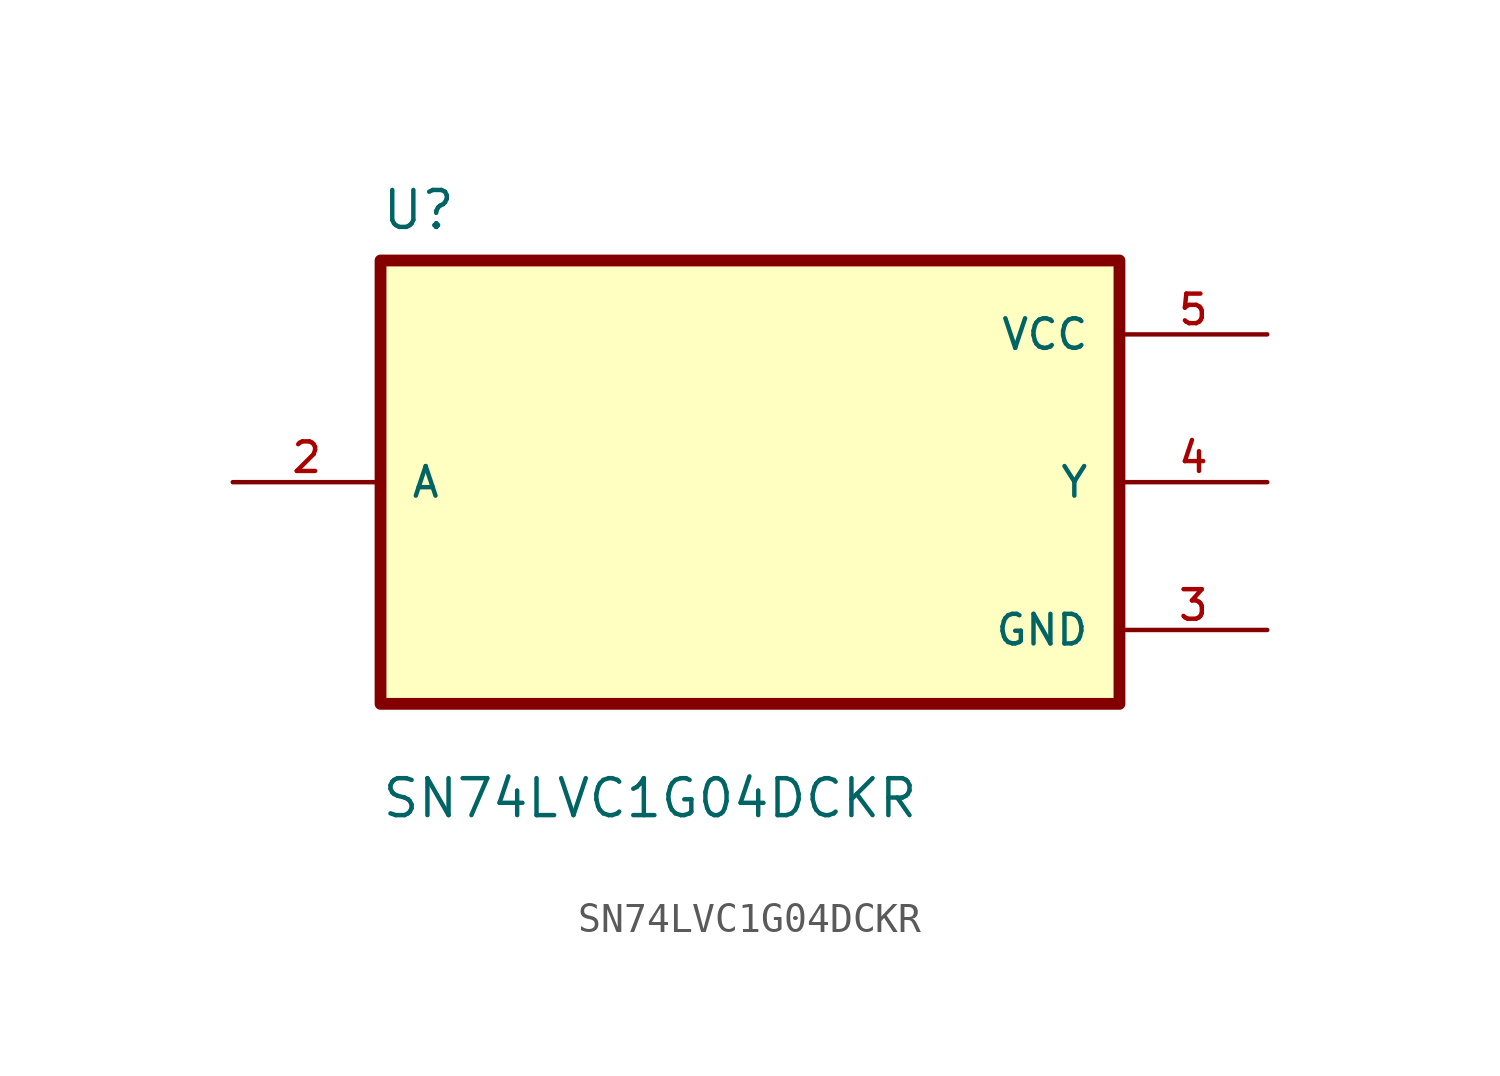
<source format=kicad_sym>
(kicad_symbol_lib
  (version 20211014)
  (generator kicad_symbol_editor)
  (symbol "SN74LVC1G04DCKR"
    (pin_names
      (offset 1.016))
    (property "Reference" "U"
      (at -12.7 8.611 0)
      (effects (font (size 1.27 1.27)) (justify left bottom)))
    (property "Value" "SN74LVC1G04DCKR"
      (at -12.7 -11.608 0)
      (effects (font (size 1.27 1.27)) (justify left bottom)))
    (property "ki_locked" ""
      (at 0 0 0)
      (effects (font (size 1.27 1.27))))
    (symbol "SN74LVC1G04DCKR_0_0"
      (rectangle (start -12.7 -7.62) (end 12.7 7.62) (stroke (width 0.406) (type default) (color 0 0 0 0)) (fill (type background)))
      (pin input line (at -17.78 0 0) (length 5.08) (name "A" (effects (font (size 1.016 1.016)))) (number "2" (effects (font (size 1.016 1.016)))))
      (pin power_in line (at 17.78 -5.08 180) (length 5.08) (name "GND" (effects (font (size 1.016 1.016)))) (number "3" (effects (font (size 1.016 1.016)))))
      (pin output line (at 17.78 0 180) (length 5.08) (name "Y" (effects (font (size 1.016 1.016)))) (number "4" (effects (font (size 1.016 1.016)))))
      (pin power_in line (at 17.78 5.08 180) (length 5.08) (name "VCC" (effects (font (size 1.016 1.016)))) (number "5" (effects (font (size 1.016 1.016))))))))
</source>
